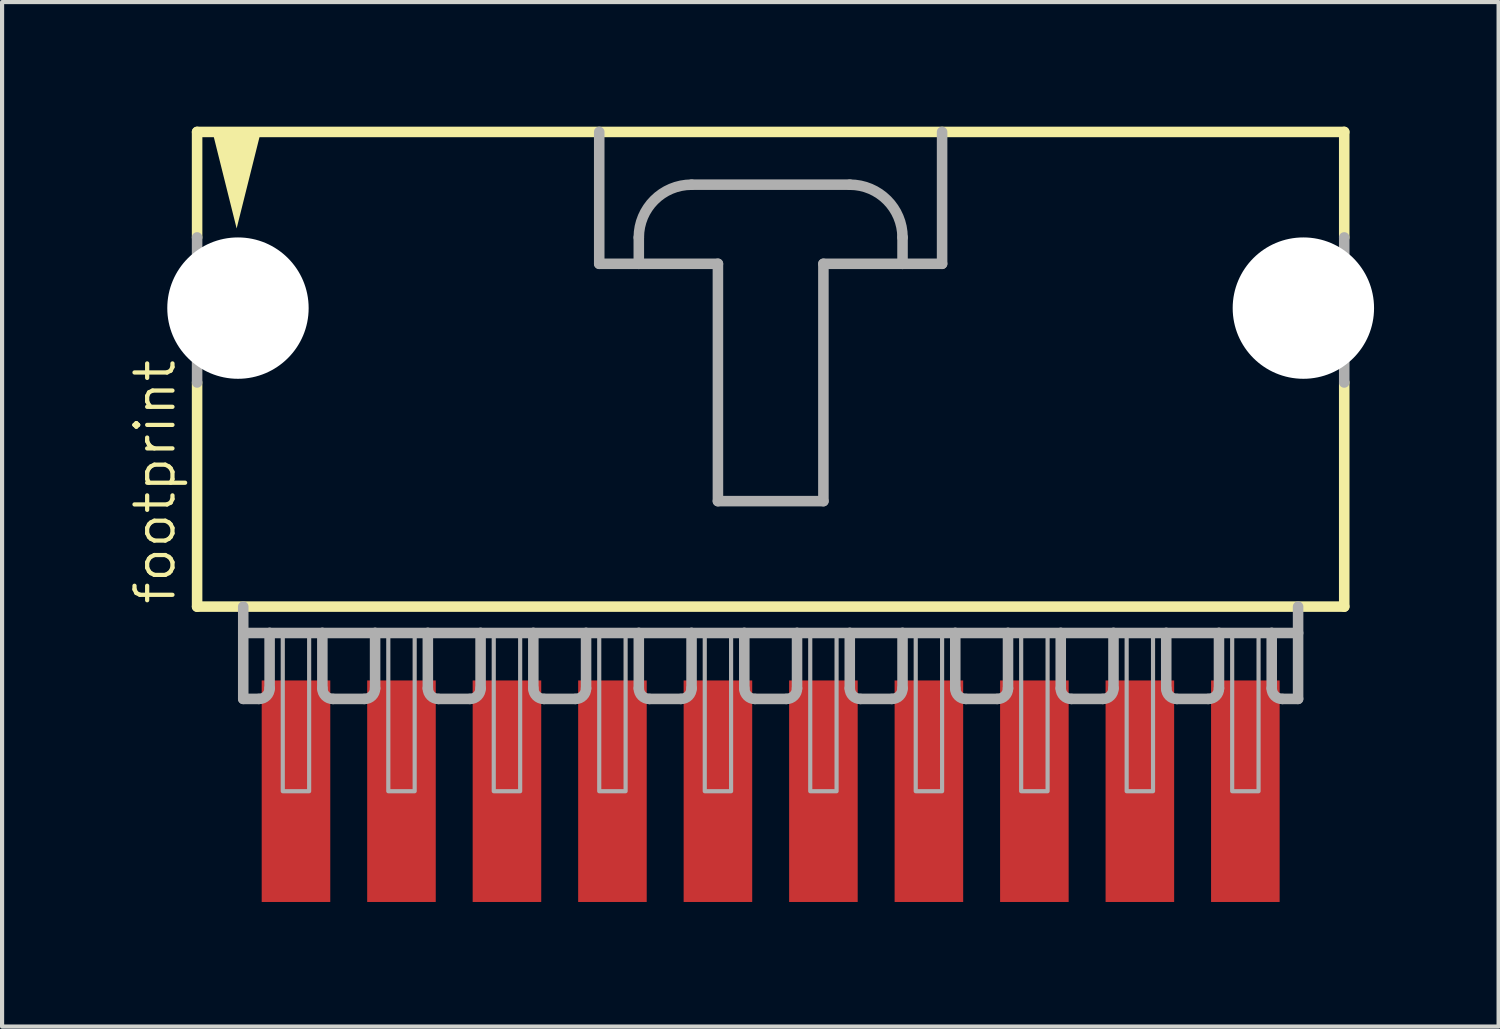
<source format=kicad_pcb>
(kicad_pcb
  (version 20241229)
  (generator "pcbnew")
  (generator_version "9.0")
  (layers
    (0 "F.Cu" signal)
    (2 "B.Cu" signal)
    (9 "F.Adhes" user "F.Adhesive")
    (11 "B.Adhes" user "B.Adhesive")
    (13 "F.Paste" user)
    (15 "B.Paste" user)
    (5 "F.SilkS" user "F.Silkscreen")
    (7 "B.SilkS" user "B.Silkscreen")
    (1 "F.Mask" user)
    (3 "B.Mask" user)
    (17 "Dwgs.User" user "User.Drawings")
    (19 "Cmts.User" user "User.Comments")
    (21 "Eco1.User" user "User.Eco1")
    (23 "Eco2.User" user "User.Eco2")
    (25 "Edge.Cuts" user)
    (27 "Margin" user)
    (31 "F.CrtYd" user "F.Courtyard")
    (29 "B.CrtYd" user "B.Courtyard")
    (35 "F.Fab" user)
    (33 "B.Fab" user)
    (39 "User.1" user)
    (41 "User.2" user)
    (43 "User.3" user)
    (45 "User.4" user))
  (footprint "footprint"
    (layer "F.Cu")
    (at 15.507 5.207)
    (property "Reference" "footprint" (at -14.287 6.35 90) (layer "F.SilkS") (effects (font (size 0.914 0.914) (thickness 0.102)) (justify left bottom)))
    (fp_line (start -13.811 -5.08) (end -13.811 -2.54) (stroke (width 0.254) (type solid)) (layer "F.SilkS"))
    (fp_line (start -13.811 0.953) (end -13.811 6.35) (stroke (width 0.254) (type solid)) (layer "F.SilkS"))
    (fp_line (start -13.811 6.35) (end 13.811 6.35) (stroke (width 0.254) (type solid)) (layer "F.SilkS"))
    (fp_line (start 13.811 -5.08) (end -13.811 -5.08) (stroke (width 0.254) (type solid)) (layer "F.SilkS"))
    (fp_line (start 13.811 -2.54) (end 13.811 -5.08) (stroke (width 0.254) (type solid)) (layer "F.SilkS"))
    (fp_line (start 13.811 6.35) (end 13.811 0.953) (stroke (width 0.254) (type solid)) (layer "F.SilkS"))
    (fp_poly (pts (xy -12.859 -2.756) (xy -13.465 -5.182) (xy -12.252 -5.182)) (stroke (width 0) (type solid)) (fill yes) (layer "F.SilkS"))
    (fp_line (start -13.811 -2.54) (end -13.811 0.953) (stroke (width 0.254) (type solid)) (layer "F.Fab"))
    (fp_line (start -12.7 6.35) (end -12.7 8.572) (stroke (width 0.254) (type solid)) (layer "F.Fab"))
    (fp_line (start -12.7 6.985) (end -12.065 6.985) (stroke (width 0.254) (type solid)) (layer "F.Fab"))
    (fp_line (start -12.319 8.572) (end -12.7 8.572) (stroke (width 0.254) (type solid)) (layer "F.Fab"))
    (fp_line (start -12.065 6.985) (end -12.065 8.319) (stroke (width 0.254) (type solid)) (layer "F.Fab"))
    (fp_line (start -12.065 6.985) (end -10.795 6.985) (stroke (width 0.254) (type solid)) (layer "F.Fab"))
    (fp_line (start -10.795 6.985) (end -10.795 8.319) (stroke (width 0.254) (type solid)) (layer "F.Fab"))
    (fp_line (start -10.795 6.985) (end -9.525 6.985) (stroke (width 0.254) (type solid)) (layer "F.Fab"))
    (fp_line (start -9.779 8.572) (end -10.541 8.572) (stroke (width 0.254) (type solid)) (layer "F.Fab"))
    (fp_line (start -9.525 6.985) (end -9.525 8.319) (stroke (width 0.254) (type solid)) (layer "F.Fab"))
    (fp_line (start -9.525 6.985) (end -8.255 6.985) (stroke (width 0.254) (type solid)) (layer "F.Fab"))
    (fp_line (start -8.255 6.985) (end -8.255 8.319) (stroke (width 0.254) (type solid)) (layer "F.Fab"))
    (fp_line (start -8.255 6.985) (end -6.985 6.985) (stroke (width 0.254) (type solid)) (layer "F.Fab"))
    (fp_line (start -7.239 8.572) (end -8.001 8.572) (stroke (width 0.254) (type solid)) (layer "F.Fab"))
    (fp_line (start -6.985 6.985) (end -6.985 8.319) (stroke (width 0.254) (type solid)) (layer "F.Fab"))
    (fp_line (start -6.985 6.985) (end -5.715 6.985) (stroke (width 0.254) (type solid)) (layer "F.Fab"))
    (fp_line (start -5.715 6.985) (end -5.715 8.319) (stroke (width 0.254) (type solid)) (layer "F.Fab"))
    (fp_line (start -5.715 6.985) (end -4.445 6.985) (stroke (width 0.254) (type solid)) (layer "F.Fab"))
    (fp_line (start -4.699 8.572) (end -5.461 8.572) (stroke (width 0.254) (type solid)) (layer "F.Fab"))
    (fp_line (start -4.445 6.985) (end -4.445 8.319) (stroke (width 0.254) (type solid)) (layer "F.Fab"))
    (fp_line (start -4.445 6.985) (end -3.175 6.985) (stroke (width 0.254) (type solid)) (layer "F.Fab"))
    (fp_line (start -4.128 -5.08) (end -4.128 -1.905) (stroke (width 0.254) (type solid)) (layer "F.Fab"))
    (fp_line (start -4.128 -1.905) (end -3.175 -1.905) (stroke (width 0.254) (type solid)) (layer "F.Fab"))
    (fp_line (start -3.175 -1.905) (end -3.175 -2.54) (stroke (width 0.254) (type solid)) (layer "F.Fab"))
    (fp_line (start -3.175 -1.905) (end -1.27 -1.905) (stroke (width 0.254) (type solid)) (layer "F.Fab"))
    (fp_line (start -3.175 6.985) (end -3.175 8.319) (stroke (width 0.254) (type solid)) (layer "F.Fab"))
    (fp_line (start -3.175 6.985) (end -1.905 6.985) (stroke (width 0.254) (type solid)) (layer "F.Fab"))
    (fp_line (start -2.159 8.572) (end -2.921 8.572) (stroke (width 0.254) (type solid)) (layer "F.Fab"))
    (fp_line (start -1.905 -3.81) (end 1.905 -3.81) (stroke (width 0.254) (type solid)) (layer "F.Fab"))
    (fp_line (start -1.905 6.985) (end -1.905 8.319) (stroke (width 0.254) (type solid)) (layer "F.Fab"))
    (fp_line (start -1.905 6.985) (end -0.635 6.985) (stroke (width 0.254) (type solid)) (layer "F.Fab"))
    (fp_line (start -1.27 -1.905) (end -1.27 3.81) (stroke (width 0.254) (type solid)) (layer "F.Fab"))
    (fp_line (start -1.27 3.81) (end 1.27 3.81) (stroke (width 0.254) (type solid)) (layer "F.Fab"))
    (fp_line (start -0.635 6.985) (end -0.635 8.319) (stroke (width 0.254) (type solid)) (layer "F.Fab"))
    (fp_line (start -0.635 6.985) (end 0.635 6.985) (stroke (width 0.254) (type solid)) (layer "F.Fab"))
    (fp_line (start 0.381 8.572) (end -0.381 8.572) (stroke (width 0.254) (type solid)) (layer "F.Fab"))
    (fp_line (start 0.635 6.985) (end 0.635 8.319) (stroke (width 0.254) (type solid)) (layer "F.Fab"))
    (fp_line (start 0.635 6.985) (end 1.905 6.985) (stroke (width 0.254) (type solid)) (layer "F.Fab"))
    (fp_line (start 1.27 -1.905) (end 3.175 -1.905) (stroke (width 0.254) (type solid)) (layer "F.Fab"))
    (fp_line (start 1.27 3.81) (end 1.27 -1.905) (stroke (width 0.254) (type solid)) (layer "F.Fab"))
    (fp_line (start 1.905 6.985) (end 1.905 8.319) (stroke (width 0.254) (type solid)) (layer "F.Fab"))
    (fp_line (start 1.905 6.985) (end 3.175 6.985) (stroke (width 0.254) (type solid)) (layer "F.Fab"))
    (fp_line (start 2.921 8.572) (end 2.159 8.572) (stroke (width 0.254) (type solid)) (layer "F.Fab"))
    (fp_line (start 3.175 -2.54) (end 3.175 -1.905) (stroke (width 0.254) (type solid)) (layer "F.Fab"))
    (fp_line (start 3.175 -1.905) (end 4.128 -1.905) (stroke (width 0.254) (type solid)) (layer "F.Fab"))
    (fp_line (start 3.175 6.985) (end 3.175 8.319) (stroke (width 0.254) (type solid)) (layer "F.Fab"))
    (fp_line (start 3.175 6.985) (end 4.445 6.985) (stroke (width 0.254) (type solid)) (layer "F.Fab"))
    (fp_line (start 4.128 -1.905) (end 4.128 -5.08) (stroke (width 0.254) (type solid)) (layer "F.Fab"))
    (fp_line (start 4.445 6.985) (end 4.445 8.319) (stroke (width 0.254) (type solid)) (layer "F.Fab"))
    (fp_line (start 4.445 6.985) (end 5.715 6.985) (stroke (width 0.254) (type solid)) (layer "F.Fab"))
    (fp_line (start 5.461 8.572) (end 4.699 8.572) (stroke (width 0.254) (type solid)) (layer "F.Fab"))
    (fp_line (start 5.715 6.985) (end 5.715 8.319) (stroke (width 0.254) (type solid)) (layer "F.Fab"))
    (fp_line (start 5.715 6.985) (end 6.985 6.985) (stroke (width 0.254) (type solid)) (layer "F.Fab"))
    (fp_line (start 6.985 6.985) (end 6.985 8.319) (stroke (width 0.254) (type solid)) (layer "F.Fab"))
    (fp_line (start 6.985 6.985) (end 8.255 6.985) (stroke (width 0.254) (type solid)) (layer "F.Fab"))
    (fp_line (start 8.001 8.572) (end 7.239 8.572) (stroke (width 0.254) (type solid)) (layer "F.Fab"))
    (fp_line (start 8.255 6.985) (end 8.255 8.319) (stroke (width 0.254) (type solid)) (layer "F.Fab"))
    (fp_line (start 8.255 6.985) (end 9.525 6.985) (stroke (width 0.254) (type solid)) (layer "F.Fab"))
    (fp_line (start 9.525 6.985) (end 9.525 8.319) (stroke (width 0.254) (type solid)) (layer "F.Fab"))
    (fp_line (start 9.525 6.985) (end 10.795 6.985) (stroke (width 0.254) (type solid)) (layer "F.Fab"))
    (fp_line (start 10.541 8.572) (end 9.779 8.572) (stroke (width 0.254) (type solid)) (layer "F.Fab"))
    (fp_line (start 10.795 6.985) (end 10.795 8.319) (stroke (width 0.254) (type solid)) (layer "F.Fab"))
    (fp_line (start 10.795 6.985) (end 12.065 6.985) (stroke (width 0.254) (type solid)) (layer "F.Fab"))
    (fp_line (start 12.065 6.985) (end 12.065 8.319) (stroke (width 0.254) (type solid)) (layer "F.Fab"))
    (fp_line (start 12.065 6.985) (end 12.7 6.985) (stroke (width 0.254) (type solid)) (layer "F.Fab"))
    (fp_line (start 12.319 8.572) (end 12.7 8.572) (stroke (width 0.254) (type solid)) (layer "F.Fab"))
    (fp_line (start 12.7 8.572) (end 12.7 6.35) (stroke (width 0.254) (type solid)) (layer "F.Fab"))
    (fp_line (start 13.811 -2.54) (end 13.811 0.953) (stroke (width 0.254) (type solid)) (layer "F.Fab"))
    (fp_arc (start -12.065 8.3185) (mid -12.139395 8.498105) (end -12.319 8.5725) (stroke (width 0.254) (type solid)) (layer "F.Fab"))
    (fp_arc (start -10.541 8.5725) (mid -10.720605 8.498105) (end -10.795 8.3185) (stroke (width 0.254) (type solid)) (layer "F.Fab"))
    (fp_arc (start -9.525 8.3185) (mid -9.599395 8.498105) (end -9.779 8.5725) (stroke (width 0.254) (type solid)) (layer "F.Fab"))
    (fp_arc (start -8.001 8.5725) (mid -8.180605 8.498105) (end -8.255 8.3185) (stroke (width 0.254) (type solid)) (layer "F.Fab"))
    (fp_arc (start -6.985 8.3185) (mid -7.059395 8.498105) (end -7.239 8.5725) (stroke (width 0.254) (type solid)) (layer "F.Fab"))
    (fp_arc (start -5.461 8.5725) (mid -5.640605 8.498105) (end -5.715 8.3185) (stroke (width 0.254) (type solid)) (layer "F.Fab"))
    (fp_arc (start -4.445 8.3185) (mid -4.519395 8.498105) (end -4.699 8.5725) (stroke (width 0.254) (type solid)) (layer "F.Fab"))
    (fp_arc (start -3.175 -2.54) (mid -2.803026 -3.438026) (end -1.905 -3.81) (stroke (width 0.254) (type solid)) (layer "F.Fab"))
    (fp_arc (start -2.921 8.5725) (mid -3.100605 8.498105) (end -3.175 8.3185) (stroke (width 0.254) (type solid)) (layer "F.Fab"))
    (fp_arc (start -1.905 8.3185) (mid -1.979395 8.498105) (end -2.159 8.5725) (stroke (width 0.254) (type solid)) (layer "F.Fab"))
    (fp_arc (start -0.381 8.5725) (mid -0.560605 8.498105) (end -0.635 8.3185) (stroke (width 0.254) (type solid)) (layer "F.Fab"))
    (fp_arc (start 0.635 8.3185) (mid 0.560605 8.498105) (end 0.381 8.5725) (stroke (width 0.254) (type solid)) (layer "F.Fab"))
    (fp_arc (start 1.905 -3.81) (mid 2.803026 -3.438026) (end 3.175 -2.54) (stroke (width 0.254) (type solid)) (layer "F.Fab"))
    (fp_arc (start 2.159 8.5725) (mid 1.979395 8.498105) (end 1.905 8.3185) (stroke (width 0.254) (type solid)) (layer "F.Fab"))
    (fp_arc (start 3.175 8.3185) (mid 3.100605 8.498105) (end 2.921 8.5725) (stroke (width 0.254) (type solid)) (layer "F.Fab"))
    (fp_arc (start 4.699 8.5725) (mid 4.519395 8.498105) (end 4.445 8.3185) (stroke (width 0.254) (type solid)) (layer "F.Fab"))
    (fp_arc (start 5.715 8.3185) (mid 5.640605 8.498105) (end 5.461 8.5725) (stroke (width 0.254) (type solid)) (layer "F.Fab"))
    (fp_arc (start 7.239 8.5725) (mid 7.059395 8.498105) (end 6.985 8.3185) (stroke (width 0.254) (type solid)) (layer "F.Fab"))
    (fp_arc (start 8.255 8.3185) (mid 8.180605 8.498105) (end 8.001 8.5725) (stroke (width 0.254) (type solid)) (layer "F.Fab"))
    (fp_arc (start 9.779 8.5725) (mid 9.599395 8.498105) (end 9.525 8.3185) (stroke (width 0.254) (type solid)) (layer "F.Fab"))
    (fp_arc (start 10.795 8.3185) (mid 10.720605 8.498105) (end 10.541 8.5725) (stroke (width 0.254) (type solid)) (layer "F.Fab"))
    (fp_arc (start 12.319 8.5725) (mid 12.139395 8.498105) (end 12.065 8.3185) (stroke (width 0.254) (type solid)) (layer "F.Fab"))
    (fp_poly (pts (xy -11.748 10.795) (xy -11.113 10.795) (xy -11.113 6.985) (xy -11.748 6.985)) (stroke (width 0.1) (type solid)) (fill no) (layer "F.Fab"))
    (fp_poly (pts (xy -9.207 10.795) (xy -8.572 10.795) (xy -8.572 6.985) (xy -9.207 6.985)) (stroke (width 0.1) (type solid)) (fill no) (layer "F.Fab"))
    (fp_poly (pts (xy -6.668 10.795) (xy -6.032 10.795) (xy -6.032 6.985) (xy -6.668 6.985)) (stroke (width 0.1) (type solid)) (fill no) (layer "F.Fab"))
    (fp_poly (pts (xy -4.128 10.795) (xy -3.493 10.795) (xy -3.493 6.985) (xy -4.128 6.985)) (stroke (width 0.1) (type solid)) (fill no) (layer "F.Fab"))
    (fp_poly (pts (xy -1.587 10.795) (xy -0.953 10.795) (xy -0.953 6.985) (xy -1.587 6.985)) (stroke (width 0.1) (type solid)) (fill no) (layer "F.Fab"))
    (fp_poly (pts (xy 0.953 10.795) (xy 1.587 10.795) (xy 1.587 6.985) (xy 0.953 6.985)) (stroke (width 0.1) (type solid)) (fill no) (layer "F.Fab"))
    (fp_poly (pts (xy 3.493 10.795) (xy 4.128 10.795) (xy 4.128 6.985) (xy 3.493 6.985)) (stroke (width 0.1) (type solid)) (fill no) (layer "F.Fab"))
    (fp_poly (pts (xy 6.032 10.795) (xy 6.668 10.795) (xy 6.668 6.985) (xy 6.032 6.985)) (stroke (width 0.1) (type solid)) (fill no) (layer "F.Fab"))
    (fp_poly (pts (xy 8.572 10.795) (xy 9.207 10.795) (xy 9.207 6.985) (xy 8.572 6.985)) (stroke (width 0.1) (type solid)) (fill no) (layer "F.Fab"))
    (fp_poly (pts (xy 11.113 10.795) (xy 11.748 10.795) (xy 11.748 6.985) (xy 11.113 6.985)) (stroke (width 0.1) (type solid)) (fill no) (layer "F.Fab"))
    (pad "" np_thru_hole circle (at -12.827 -0.838) (size 3.404 3.404) (drill 3.404) (layers "*.Cu" "*.Mask"))
    (pad "" np_thru_hole circle (at 12.827 -0.838) (size 3.404 3.404) (drill 3.404) (layers "*.Cu" "*.Mask"))
    (pad "1" smd rect (at -11.43 10.795 90) (size 5.334 1.651) (layers "F.Cu" "F.Mask" "F.Paste"))
    (pad "2" smd rect (at -8.89 10.795 90) (size 5.334 1.651) (layers "F.Cu" "F.Mask" "F.Paste"))
    (pad "3" smd rect (at -6.35 10.795 90) (size 5.334 1.651) (layers "F.Cu" "F.Mask" "F.Paste"))
    (pad "4" smd rect (at -3.81 10.795 90) (size 5.334 1.651) (layers "F.Cu" "F.Mask" "F.Paste"))
    (pad "5" smd rect (at -1.27 10.795 90) (size 5.334 1.651) (layers "F.Cu" "F.Mask" "F.Paste"))
    (pad "6" smd rect (at 1.27 10.795 90) (size 5.334 1.651) (layers "F.Cu" "F.Mask" "F.Paste"))
    (pad "7" smd rect (at 3.81 10.795 90) (size 5.334 1.651) (layers "F.Cu" "F.Mask" "F.Paste"))
    (pad "8" smd rect (at 6.35 10.795 90) (size 5.334 1.651) (layers "F.Cu" "F.Mask" "F.Paste"))
    (pad "9" smd rect (at 8.89 10.795 90) (size 5.334 1.651) (layers "F.Cu" "F.Mask" "F.Paste"))
    (pad "10" smd rect (at 11.43 10.795 90) (size 5.334 1.651) (layers "F.Cu" "F.Mask" "F.Paste")))
  (gr_rect
    (start -3 -3)
    (end 33.035 21.669)
    (stroke (width 0.1) (type default))
    (fill no)
    (layer "Edge.Cuts")))
</source>
